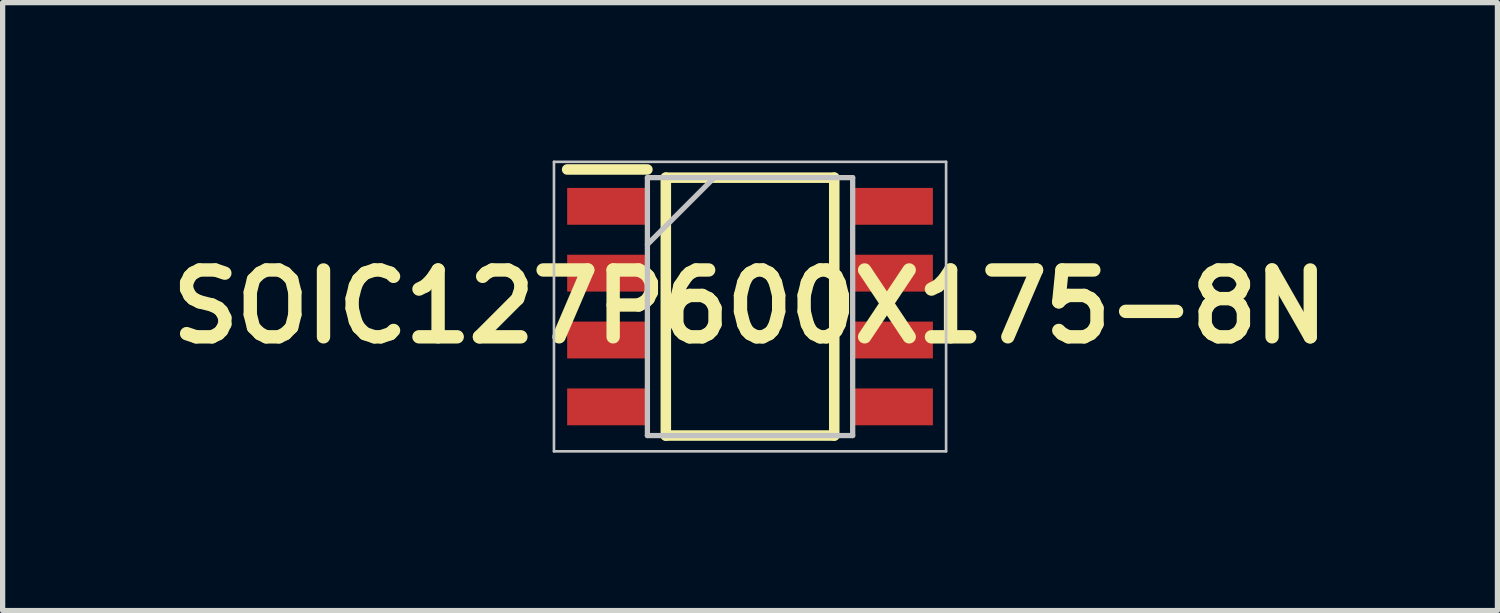
<source format=kicad_pcb>
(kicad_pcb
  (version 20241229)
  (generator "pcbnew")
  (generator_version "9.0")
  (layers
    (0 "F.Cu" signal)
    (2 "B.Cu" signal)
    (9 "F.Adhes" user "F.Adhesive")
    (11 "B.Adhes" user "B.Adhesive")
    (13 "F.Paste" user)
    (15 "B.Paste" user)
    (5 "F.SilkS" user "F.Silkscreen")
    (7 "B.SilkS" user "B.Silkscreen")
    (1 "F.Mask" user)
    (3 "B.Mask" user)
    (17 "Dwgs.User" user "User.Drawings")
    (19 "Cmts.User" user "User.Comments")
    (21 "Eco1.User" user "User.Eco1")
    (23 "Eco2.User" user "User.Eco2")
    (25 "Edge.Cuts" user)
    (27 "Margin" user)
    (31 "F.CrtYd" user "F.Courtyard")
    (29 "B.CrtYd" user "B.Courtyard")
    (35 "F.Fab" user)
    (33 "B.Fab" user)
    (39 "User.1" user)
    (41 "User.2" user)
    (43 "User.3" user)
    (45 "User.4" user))
  (footprint "SOIC127P600X175-8N"
    (layer "F.Cu")
    (at 11.2 2.775)
    (property "Reference" "SOIC127P600X175-8N" (at 0 0 0) (layer "F.SilkS") (effects (font (size 1.27 1.27) (thickness 0.254))))
    (attr smd)
    (fp_line (start -3.475 -2.605) (end -1.95 -2.605) (stroke (width 0.2) (type solid)) (layer "F.SilkS"))
    (fp_line (start -1.6 -2.45) (end 1.6 -2.45) (stroke (width 0.2) (type solid)) (layer "F.SilkS"))
    (fp_line (start -1.6 2.45) (end -1.6 -2.45) (stroke (width 0.2) (type solid)) (layer "F.SilkS"))
    (fp_line (start 1.6 -2.45) (end 1.6 2.45) (stroke (width 0.2) (type solid)) (layer "F.SilkS"))
    (fp_line (start 1.6 2.45) (end -1.6 2.45) (stroke (width 0.2) (type solid)) (layer "F.SilkS"))
    (fp_line (start -3.725 -2.75) (end 3.725 -2.75) (stroke (width 0.05) (type solid)) (layer "Dwgs.User"))
    (fp_line (start -3.725 2.75) (end -3.725 -2.75) (stroke (width 0.05) (type solid)) (layer "Dwgs.User"))
    (fp_line (start -1.95 -2.45) (end 1.95 -2.45) (stroke (width 0.1) (type solid)) (layer "Dwgs.User"))
    (fp_line (start -1.95 -1.18) (end -0.68 -2.45) (stroke (width 0.1) (type solid)) (layer "Dwgs.User"))
    (fp_line (start -1.95 2.45) (end -1.95 -2.45) (stroke (width 0.1) (type solid)) (layer "Dwgs.User"))
    (fp_line (start 1.95 -2.45) (end 1.95 2.45) (stroke (width 0.1) (type solid)) (layer "Dwgs.User"))
    (fp_line (start 1.95 2.45) (end -1.95 2.45) (stroke (width 0.1) (type solid)) (layer "Dwgs.User"))
    (fp_line (start 3.725 -2.75) (end 3.725 2.75) (stroke (width 0.05) (type solid)) (layer "Dwgs.User"))
    (fp_line (start 3.725 2.75) (end -3.725 2.75) (stroke (width 0.05) (type solid)) (layer "Dwgs.User"))
    (pad "1" smd rect (at -2.712 -1.905 90) (size 0.7 1.525) (layers "F.Cu" "F.Mask" "F.Paste"))
    (pad "2" smd rect (at -2.712 -0.635 90) (size 0.7 1.525) (layers "F.Cu" "F.Mask" "F.Paste"))
    (pad "3" smd rect (at -2.712 0.635 90) (size 0.7 1.525) (layers "F.Cu" "F.Mask" "F.Paste"))
    (pad "4" smd rect (at -2.712 1.905 90) (size 0.7 1.525) (layers "F.Cu" "F.Mask" "F.Paste"))
    (pad "5" smd rect (at 2.712 1.905 90) (size 0.7 1.525) (layers "F.Cu" "F.Mask" "F.Paste"))
    (pad "6" smd rect (at 2.712 0.635 90) (size 0.7 1.525) (layers "F.Cu" "F.Mask" "F.Paste"))
    (pad "7" smd rect (at 2.712 -0.635 90) (size 0.7 1.525) (layers "F.Cu" "F.Mask" "F.Paste"))
    (pad "8" smd rect (at 2.712 -1.905 90) (size 0.7 1.525) (layers "F.Cu" "F.Mask" "F.Paste")))
  (gr_rect
    (start -3 -3)
    (end 25.4 8.55)
    (stroke (width 0.1) (type default))
    (fill no)
    (layer "Edge.Cuts")))
</source>
